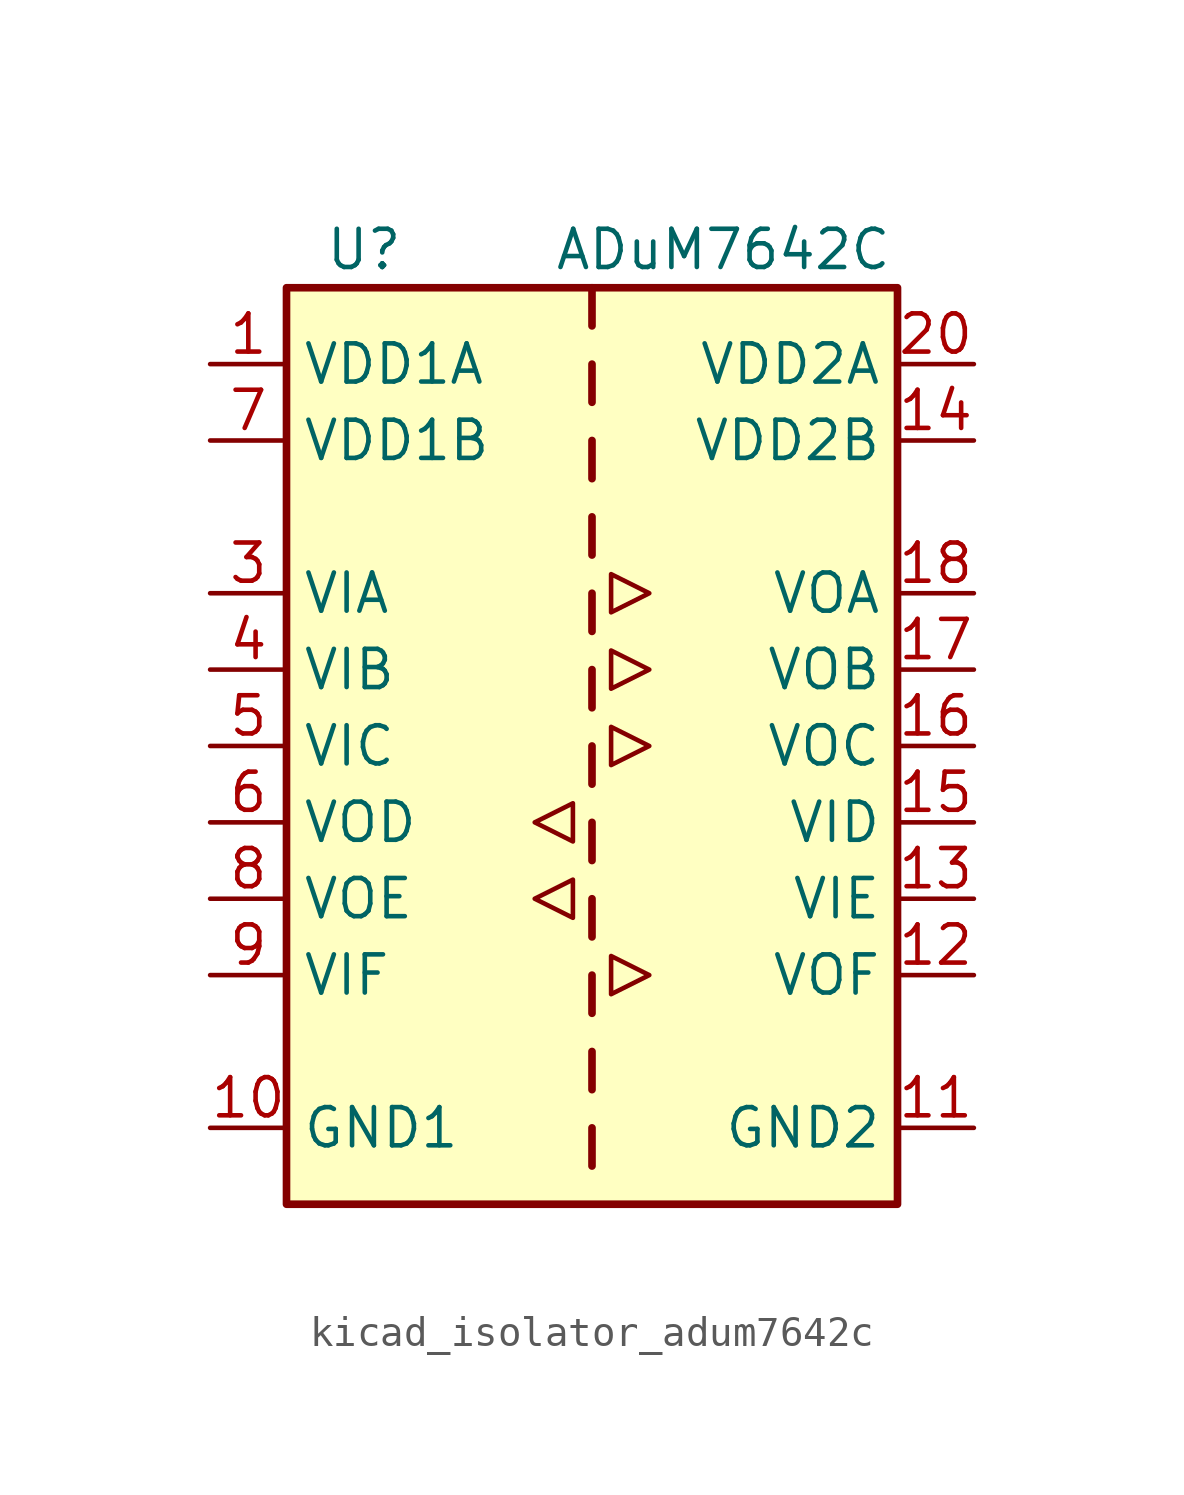
<source format=kicad_sym>
(kicad_symbol_lib
  (version 20220914)
  (generator kicad_symbol_editor)
  (symbol "kicad_isolator_adum7642c"
    (property "Reference" "U"
      (at -8.89 16.51 0)
      (effects (font (size 1.27 1.27)) (justify left)))
    (property "Value" "ADuM7642C"
      (at -1.27 16.51 0)
      (effects (font (size 1.27 1.27)) (justify left)))
    (symbol "kicad_isolator_adum7642c_0_1"
      (polyline (pts (xy -1.905 -5.08) (xy -0.635 -4.445) (xy -0.635 -5.715) (xy -1.905 -5.08)) (stroke (width 0) (type default)) (fill (type none)))
      (polyline (pts (xy -1.905 -2.54) (xy -0.635 -1.905) (xy -0.635 -3.175) (xy -1.905 -2.54)) (stroke (width 0) (type default)) (fill (type none)))
      (polyline (pts (xy 0.635 -6.985) (xy 0.635 -8.255) (xy 1.905 -7.62) (xy 0.635 -6.985)) (stroke (width 0) (type default)) (fill (type none)))
      (polyline (pts (xy 0.635 3.175) (xy 0.635 1.905) (xy 1.905 2.54) (xy 0.635 3.175)) (stroke (width 0) (type default)) (fill (type none)))
      (polyline (pts (xy 0.635 5.715) (xy 0.635 4.445) (xy 1.905 5.08) (xy 0.635 5.715)) (stroke (width 0) (type default)) (fill (type none)))
      (polyline (pts (xy 1.905 0) (xy 0.635 -0.635) (xy 0.635 0.635) (xy 1.905 0)) (stroke (width 0) (type default)) (fill (type none))))
    (symbol "kicad_isolator_adum7642c_1_1"
      (rectangle (start -10.16 15.24) (end 10.16 -15.24) (stroke (width 0.254) (type default)) (fill (type background)))
      (polyline (pts (xy 0 -12.7) (xy 0 -13.97)) (stroke (width 0.254) (type default)) (fill (type none)))
      (polyline (pts (xy 0 -10.16) (xy 0 -11.43)) (stroke (width 0.254) (type default)) (fill (type none)))
      (polyline (pts (xy 0 -7.62) (xy 0 -8.89)) (stroke (width 0.254) (type default)) (fill (type none)))
      (polyline (pts (xy 0 -5.08) (xy 0 -6.35)) (stroke (width 0.254) (type default)) (fill (type none)))
      (polyline (pts (xy 0 -2.54) (xy 0 -3.81)) (stroke (width 0.254) (type default)) (fill (type none)))
      (polyline (pts (xy 0 0) (xy 0 -1.27)) (stroke (width 0.254) (type default)) (fill (type none)))
      (polyline (pts (xy 0 2.54) (xy 0 1.27)) (stroke (width 0.254) (type default)) (fill (type none)))
      (polyline (pts (xy 0 5.08) (xy 0 3.81)) (stroke (width 0.254) (type default)) (fill (type none)))
      (polyline (pts (xy 0 7.62) (xy 0 6.35)) (stroke (width 0.254) (type default)) (fill (type none)))
      (polyline (pts (xy 0 10.16) (xy 0 8.89)) (stroke (width 0.254) (type default)) (fill (type none)))
      (polyline (pts (xy 0 12.7) (xy 0 11.43)) (stroke (width 0.254) (type default)) (fill (type none)))
      (polyline (pts (xy 0 15.24) (xy 0 13.97)) (stroke (width 0.254) (type default)) (fill (type none)))
      (pin power_in line (at -12.7 12.7 0) (length 2.54) (name "VDD1A" (effects (font (size 1.27 1.27)))) (number "1" (effects (font (size 1.27 1.27)))))
      (pin power_in line (at -12.7 -12.7 0) (length 2.54) (name "GND1" (effects (font (size 1.27 1.27)))) (number "10" (effects (font (size 1.27 1.27)))))
      (pin power_in line (at 12.7 -12.7 180) (length 2.54) (name "GND2" (effects (font (size 1.27 1.27)))) (number "11" (effects (font (size 1.27 1.27)))))
      (pin output line (at 12.7 -7.62 180) (length 2.54) (name "VOF" (effects (font (size 1.27 1.27)))) (number "12" (effects (font (size 1.27 1.27)))))
      (pin input line (at 12.7 -5.08 180) (length 2.54) (name "VIE" (effects (font (size 1.27 1.27)))) (number "13" (effects (font (size 1.27 1.27)))))
      (pin power_in line (at 12.7 10.16 180) (length 2.54) (name "VDD2B" (effects (font (size 1.27 1.27)))) (number "14" (effects (font (size 1.27 1.27)))))
      (pin input line (at 12.7 -2.54 180) (length 2.54) (name "VID" (effects (font (size 1.27 1.27)))) (number "15" (effects (font (size 1.27 1.27)))))
      (pin output line (at 12.7 0 180) (length 2.54) (name "VOC" (effects (font (size 1.27 1.27)))) (number "16" (effects (font (size 1.27 1.27)))))
      (pin output line (at 12.7 2.54 180) (length 2.54) (name "VOB" (effects (font (size 1.27 1.27)))) (number "17" (effects (font (size 1.27 1.27)))))
      (pin output line (at 12.7 5.08 180) (length 2.54) (name "VOA" (effects (font (size 1.27 1.27)))) (number "18" (effects (font (size 1.27 1.27)))))
      (pin passive line (at 12.7 -12.7 180) (length 2.54) hide (name "GND2" (effects (font (size 1.27 1.27)))) (number "19" (effects (font (size 1.27 1.27)))))
      (pin passive line (at -12.7 -12.7 0) (length 2.54) hide (name "GND1" (effects (font (size 1.27 1.27)))) (number "2" (effects (font (size 1.27 1.27)))))
      (pin power_in line (at 12.7 12.7 180) (length 2.54) (name "VDD2A" (effects (font (size 1.27 1.27)))) (number "20" (effects (font (size 1.27 1.27)))))
      (pin input line (at -12.7 5.08 0) (length 2.54) (name "VIA" (effects (font (size 1.27 1.27)))) (number "3" (effects (font (size 1.27 1.27)))))
      (pin input line (at -12.7 2.54 0) (length 2.54) (name "VIB" (effects (font (size 1.27 1.27)))) (number "4" (effects (font (size 1.27 1.27)))))
      (pin input line (at -12.7 0 0) (length 2.54) (name "VIC" (effects (font (size 1.27 1.27)))) (number "5" (effects (font (size 1.27 1.27)))))
      (pin output line (at -12.7 -2.54 0) (length 2.54) (name "VOD" (effects (font (size 1.27 1.27)))) (number "6" (effects (font (size 1.27 1.27)))))
      (pin power_in line (at -12.7 10.16 0) (length 2.54) (name "VDD1B" (effects (font (size 1.27 1.27)))) (number "7" (effects (font (size 1.27 1.27)))))
      (pin output line (at -12.7 -5.08 0) (length 2.54) (name "VOE" (effects (font (size 1.27 1.27)))) (number "8" (effects (font (size 1.27 1.27)))))
      (pin input line (at -12.7 -7.62 0) (length 2.54) (name "VIF" (effects (font (size 1.27 1.27)))) (number "9" (effects (font (size 1.27 1.27))))))))
</source>
